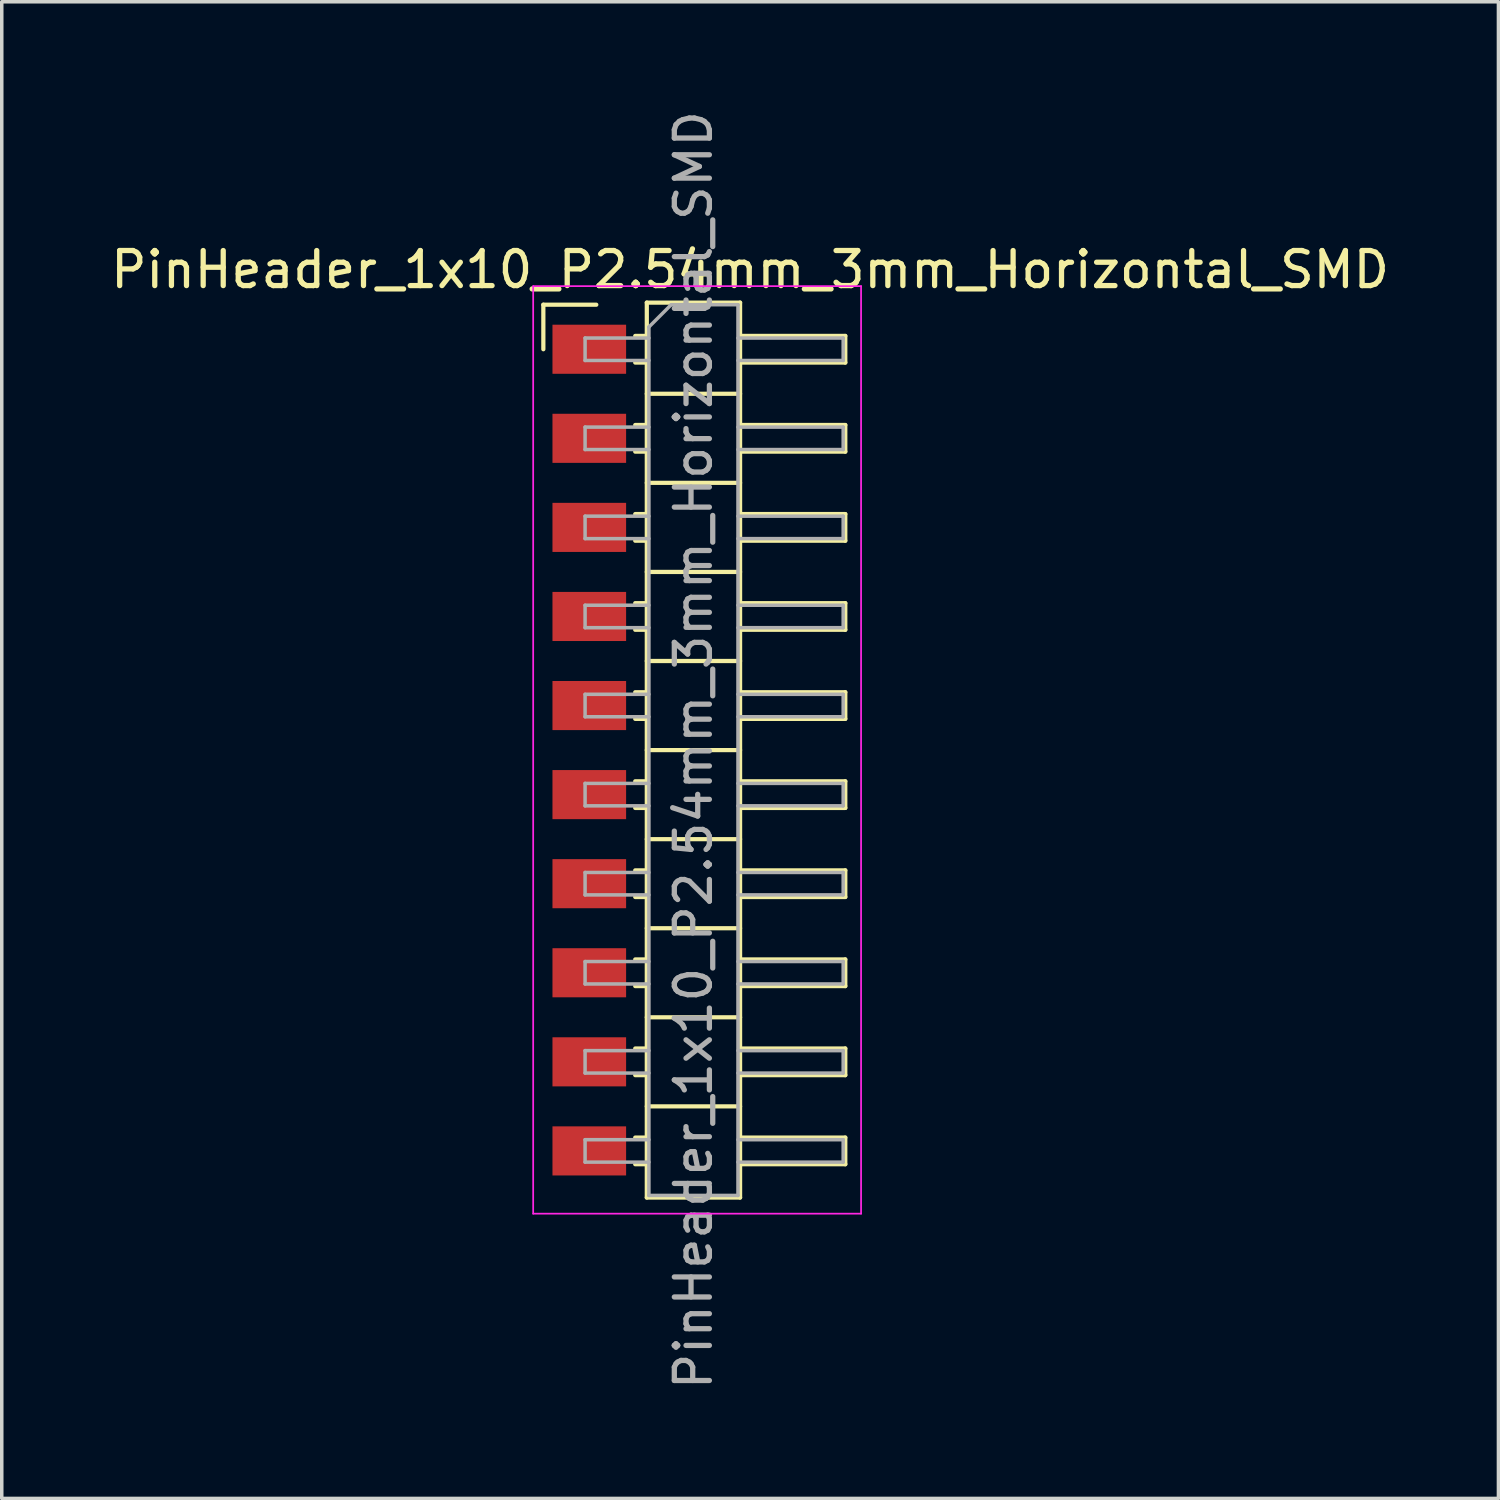
<source format=kicad_pcb>
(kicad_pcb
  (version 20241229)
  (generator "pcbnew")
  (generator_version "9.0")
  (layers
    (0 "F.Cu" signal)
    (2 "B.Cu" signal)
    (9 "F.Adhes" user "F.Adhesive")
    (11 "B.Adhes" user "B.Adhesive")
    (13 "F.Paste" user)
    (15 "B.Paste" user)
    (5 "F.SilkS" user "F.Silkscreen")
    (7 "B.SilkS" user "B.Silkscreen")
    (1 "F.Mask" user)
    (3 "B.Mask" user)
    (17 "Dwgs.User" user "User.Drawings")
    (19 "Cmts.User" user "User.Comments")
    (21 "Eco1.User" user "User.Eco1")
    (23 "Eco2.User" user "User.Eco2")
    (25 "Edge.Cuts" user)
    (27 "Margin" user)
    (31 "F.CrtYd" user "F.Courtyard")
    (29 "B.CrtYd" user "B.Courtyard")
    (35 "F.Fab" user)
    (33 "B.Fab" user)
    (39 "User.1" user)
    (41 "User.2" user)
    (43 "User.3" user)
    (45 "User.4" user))
  (footprint "PinHeader_1x10_P2.54mm_3mm_Horizontal_SMD"
    (layer "F.Cu")
    (at 13.954 6.909)
    (property "Reference" "PinHeader_1x10_P2.54mm_3mm_Horizontal_SMD" (at 4.385 -2.27 0) (layer "F.SilkS") (effects (font (size 1 1) (thickness 0.15))))
    (attr through_hole)
    (fp_line (start -1.51 -1.27) (end 0 -1.27) (stroke (width 0.12) (type solid)) (layer "F.SilkS"))
    (fp_line (start -1.51 0) (end -1.51 -1.27) (stroke (width 0.12) (type solid)) (layer "F.SilkS"))
    (fp_line (start 1.11 -0.38) (end 1.44 -0.38) (stroke (width 0.12) (type solid)) (layer "F.SilkS"))
    (fp_line (start 1.11 0.38) (end 1.44 0.38) (stroke (width 0.12) (type solid)) (layer "F.SilkS"))
    (fp_line (start 1.11 2.16) (end 1.44 2.16) (stroke (width 0.12) (type solid)) (layer "F.SilkS"))
    (fp_line (start 1.11 2.92) (end 1.44 2.92) (stroke (width 0.12) (type solid)) (layer "F.SilkS"))
    (fp_line (start 1.11 4.7) (end 1.44 4.7) (stroke (width 0.12) (type solid)) (layer "F.SilkS"))
    (fp_line (start 1.11 5.46) (end 1.44 5.46) (stroke (width 0.12) (type solid)) (layer "F.SilkS"))
    (fp_line (start 1.11 7.24) (end 1.44 7.24) (stroke (width 0.12) (type solid)) (layer "F.SilkS"))
    (fp_line (start 1.11 8) (end 1.44 8) (stroke (width 0.12) (type solid)) (layer "F.SilkS"))
    (fp_line (start 1.11 9.78) (end 1.44 9.78) (stroke (width 0.12) (type solid)) (layer "F.SilkS"))
    (fp_line (start 1.11 10.54) (end 1.44 10.54) (stroke (width 0.12) (type solid)) (layer "F.SilkS"))
    (fp_line (start 1.11 12.32) (end 1.44 12.32) (stroke (width 0.12) (type solid)) (layer "F.SilkS"))
    (fp_line (start 1.11 13.08) (end 1.44 13.08) (stroke (width 0.12) (type solid)) (layer "F.SilkS"))
    (fp_line (start 1.11 14.86) (end 1.44 14.86) (stroke (width 0.12) (type solid)) (layer "F.SilkS"))
    (fp_line (start 1.11 15.62) (end 1.44 15.62) (stroke (width 0.12) (type solid)) (layer "F.SilkS"))
    (fp_line (start 1.11 17.4) (end 1.44 17.4) (stroke (width 0.12) (type solid)) (layer "F.SilkS"))
    (fp_line (start 1.11 18.16) (end 1.44 18.16) (stroke (width 0.12) (type solid)) (layer "F.SilkS"))
    (fp_line (start 1.11 19.94) (end 1.44 19.94) (stroke (width 0.12) (type solid)) (layer "F.SilkS"))
    (fp_line (start 1.11 20.7) (end 1.44 20.7) (stroke (width 0.12) (type solid)) (layer "F.SilkS"))
    (fp_line (start 1.11 22.48) (end 1.44 22.48) (stroke (width 0.12) (type solid)) (layer "F.SilkS"))
    (fp_line (start 1.11 23.24) (end 1.44 23.24) (stroke (width 0.12) (type solid)) (layer "F.SilkS"))
    (fp_line (start 1.44 -1.33) (end 1.44 24.19) (stroke (width 0.12) (type solid)) (layer "F.SilkS"))
    (fp_line (start 1.44 1.27) (end 4.1 1.27) (stroke (width 0.12) (type solid)) (layer "F.SilkS"))
    (fp_line (start 1.44 3.81) (end 4.1 3.81) (stroke (width 0.12) (type solid)) (layer "F.SilkS"))
    (fp_line (start 1.44 6.35) (end 4.1 6.35) (stroke (width 0.12) (type solid)) (layer "F.SilkS"))
    (fp_line (start 1.44 8.89) (end 4.1 8.89) (stroke (width 0.12) (type solid)) (layer "F.SilkS"))
    (fp_line (start 1.44 11.43) (end 4.1 11.43) (stroke (width 0.12) (type solid)) (layer "F.SilkS"))
    (fp_line (start 1.44 13.97) (end 4.1 13.97) (stroke (width 0.12) (type solid)) (layer "F.SilkS"))
    (fp_line (start 1.44 16.51) (end 4.1 16.51) (stroke (width 0.12) (type solid)) (layer "F.SilkS"))
    (fp_line (start 1.44 19.05) (end 4.1 19.05) (stroke (width 0.12) (type solid)) (layer "F.SilkS"))
    (fp_line (start 1.44 21.59) (end 4.1 21.59) (stroke (width 0.12) (type solid)) (layer "F.SilkS"))
    (fp_line (start 1.44 24.19) (end 4.1 24.19) (stroke (width 0.12) (type solid)) (layer "F.SilkS"))
    (fp_line (start 4.1 -1.33) (end 1.44 -1.33) (stroke (width 0.12) (type solid)) (layer "F.SilkS"))
    (fp_line (start 4.1 -0.38) (end 7.1 -0.38) (stroke (width 0.12) (type solid)) (layer "F.SilkS"))
    (fp_line (start 4.1 2.16) (end 7.1 2.16) (stroke (width 0.12) (type solid)) (layer "F.SilkS"))
    (fp_line (start 4.1 4.7) (end 7.1 4.7) (stroke (width 0.12) (type solid)) (layer "F.SilkS"))
    (fp_line (start 4.1 7.24) (end 7.1 7.24) (stroke (width 0.12) (type solid)) (layer "F.SilkS"))
    (fp_line (start 4.1 9.78) (end 7.1 9.78) (stroke (width 0.12) (type solid)) (layer "F.SilkS"))
    (fp_line (start 4.1 12.32) (end 7.1 12.32) (stroke (width 0.12) (type solid)) (layer "F.SilkS"))
    (fp_line (start 4.1 14.86) (end 7.1 14.86) (stroke (width 0.12) (type solid)) (layer "F.SilkS"))
    (fp_line (start 4.1 17.4) (end 7.1 17.4) (stroke (width 0.12) (type solid)) (layer "F.SilkS"))
    (fp_line (start 4.1 19.94) (end 7.1 19.94) (stroke (width 0.12) (type solid)) (layer "F.SilkS"))
    (fp_line (start 4.1 22.48) (end 7.1 22.48) (stroke (width 0.12) (type solid)) (layer "F.SilkS"))
    (fp_line (start 4.1 24.19) (end 4.1 -1.33) (stroke (width 0.12) (type solid)) (layer "F.SilkS"))
    (fp_line (start 7.1 -0.38) (end 7.1 0.38) (stroke (width 0.12) (type solid)) (layer "F.SilkS"))
    (fp_line (start 7.1 0.38) (end 4.1 0.38) (stroke (width 0.12) (type solid)) (layer "F.SilkS"))
    (fp_line (start 7.1 2.16) (end 7.1 2.92) (stroke (width 0.12) (type solid)) (layer "F.SilkS"))
    (fp_line (start 7.1 2.92) (end 4.1 2.92) (stroke (width 0.12) (type solid)) (layer "F.SilkS"))
    (fp_line (start 7.1 4.7) (end 7.1 5.46) (stroke (width 0.12) (type solid)) (layer "F.SilkS"))
    (fp_line (start 7.1 5.46) (end 4.1 5.46) (stroke (width 0.12) (type solid)) (layer "F.SilkS"))
    (fp_line (start 7.1 7.24) (end 7.1 8) (stroke (width 0.12) (type solid)) (layer "F.SilkS"))
    (fp_line (start 7.1 8) (end 4.1 8) (stroke (width 0.12) (type solid)) (layer "F.SilkS"))
    (fp_line (start 7.1 9.78) (end 7.1 10.54) (stroke (width 0.12) (type solid)) (layer "F.SilkS"))
    (fp_line (start 7.1 10.54) (end 4.1 10.54) (stroke (width 0.12) (type solid)) (layer "F.SilkS"))
    (fp_line (start 7.1 12.32) (end 7.1 13.08) (stroke (width 0.12) (type solid)) (layer "F.SilkS"))
    (fp_line (start 7.1 13.08) (end 4.1 13.08) (stroke (width 0.12) (type solid)) (layer "F.SilkS"))
    (fp_line (start 7.1 14.86) (end 7.1 15.62) (stroke (width 0.12) (type solid)) (layer "F.SilkS"))
    (fp_line (start 7.1 15.62) (end 4.1 15.62) (stroke (width 0.12) (type solid)) (layer "F.SilkS"))
    (fp_line (start 7.1 17.4) (end 7.1 18.16) (stroke (width 0.12) (type solid)) (layer "F.SilkS"))
    (fp_line (start 7.1 18.16) (end 4.1 18.16) (stroke (width 0.12) (type solid)) (layer "F.SilkS"))
    (fp_line (start 7.1 19.94) (end 7.1 20.7) (stroke (width 0.12) (type solid)) (layer "F.SilkS"))
    (fp_line (start 7.1 20.7) (end 4.1 20.7) (stroke (width 0.12) (type solid)) (layer "F.SilkS"))
    (fp_line (start 7.1 22.48) (end 7.1 23.24) (stroke (width 0.12) (type solid)) (layer "F.SilkS"))
    (fp_line (start 7.1 23.24) (end 4.1 23.24) (stroke (width 0.12) (type solid)) (layer "F.SilkS"))
    (fp_line (start -1.8 -1.8) (end -1.8 24.65) (stroke (width 0.05) (type solid)) (layer "F.CrtYd"))
    (fp_line (start -1.8 24.65) (end 7.55 24.65) (stroke (width 0.05) (type solid)) (layer "F.CrtYd"))
    (fp_line (start 7.55 -1.8) (end -1.8 -1.8) (stroke (width 0.05) (type solid)) (layer "F.CrtYd"))
    (fp_line (start 7.55 24.65) (end 7.55 -1.8) (stroke (width 0.05) (type solid)) (layer "F.CrtYd"))
    (fp_line (start -0.32 -0.32) (end -0.32 0.32) (stroke (width 0.1) (type solid)) (layer "F.Fab"))
    (fp_line (start -0.32 -0.32) (end 1.5 -0.32) (stroke (width 0.1) (type solid)) (layer "F.Fab"))
    (fp_line (start -0.32 0.32) (end 1.5 0.32) (stroke (width 0.1) (type solid)) (layer "F.Fab"))
    (fp_line (start -0.32 2.22) (end -0.32 2.86) (stroke (width 0.1) (type solid)) (layer "F.Fab"))
    (fp_line (start -0.32 2.22) (end 1.5 2.22) (stroke (width 0.1) (type solid)) (layer "F.Fab"))
    (fp_line (start -0.32 2.86) (end 1.5 2.86) (stroke (width 0.1) (type solid)) (layer "F.Fab"))
    (fp_line (start -0.32 4.76) (end -0.32 5.4) (stroke (width 0.1) (type solid)) (layer "F.Fab"))
    (fp_line (start -0.32 4.76) (end 1.5 4.76) (stroke (width 0.1) (type solid)) (layer "F.Fab"))
    (fp_line (start -0.32 5.4) (end 1.5 5.4) (stroke (width 0.1) (type solid)) (layer "F.Fab"))
    (fp_line (start -0.32 7.3) (end -0.32 7.94) (stroke (width 0.1) (type solid)) (layer "F.Fab"))
    (fp_line (start -0.32 7.3) (end 1.5 7.3) (stroke (width 0.1) (type solid)) (layer "F.Fab"))
    (fp_line (start -0.32 7.94) (end 1.5 7.94) (stroke (width 0.1) (type solid)) (layer "F.Fab"))
    (fp_line (start -0.32 9.84) (end -0.32 10.48) (stroke (width 0.1) (type solid)) (layer "F.Fab"))
    (fp_line (start -0.32 9.84) (end 1.5 9.84) (stroke (width 0.1) (type solid)) (layer "F.Fab"))
    (fp_line (start -0.32 10.48) (end 1.5 10.48) (stroke (width 0.1) (type solid)) (layer "F.Fab"))
    (fp_line (start -0.32 12.38) (end -0.32 13.02) (stroke (width 0.1) (type solid)) (layer "F.Fab"))
    (fp_line (start -0.32 12.38) (end 1.5 12.38) (stroke (width 0.1) (type solid)) (layer "F.Fab"))
    (fp_line (start -0.32 13.02) (end 1.5 13.02) (stroke (width 0.1) (type solid)) (layer "F.Fab"))
    (fp_line (start -0.32 14.92) (end -0.32 15.56) (stroke (width 0.1) (type solid)) (layer "F.Fab"))
    (fp_line (start -0.32 14.92) (end 1.5 14.92) (stroke (width 0.1) (type solid)) (layer "F.Fab"))
    (fp_line (start -0.32 15.56) (end 1.5 15.56) (stroke (width 0.1) (type solid)) (layer "F.Fab"))
    (fp_line (start -0.32 17.46) (end -0.32 18.1) (stroke (width 0.1) (type solid)) (layer "F.Fab"))
    (fp_line (start -0.32 17.46) (end 1.5 17.46) (stroke (width 0.1) (type solid)) (layer "F.Fab"))
    (fp_line (start -0.32 18.1) (end 1.5 18.1) (stroke (width 0.1) (type solid)) (layer "F.Fab"))
    (fp_line (start -0.32 20) (end -0.32 20.64) (stroke (width 0.1) (type solid)) (layer "F.Fab"))
    (fp_line (start -0.32 20) (end 1.5 20) (stroke (width 0.1) (type solid)) (layer "F.Fab"))
    (fp_line (start -0.32 20.64) (end 1.5 20.64) (stroke (width 0.1) (type solid)) (layer "F.Fab"))
    (fp_line (start -0.32 22.54) (end -0.32 23.18) (stroke (width 0.1) (type solid)) (layer "F.Fab"))
    (fp_line (start -0.32 22.54) (end 1.5 22.54) (stroke (width 0.1) (type solid)) (layer "F.Fab"))
    (fp_line (start -0.32 23.18) (end 1.5 23.18) (stroke (width 0.1) (type solid)) (layer "F.Fab"))
    (fp_line (start 1.5 -0.635) (end 2.135 -1.27) (stroke (width 0.1) (type solid)) (layer "F.Fab"))
    (fp_line (start 1.5 24.13) (end 1.5 -0.635) (stroke (width 0.1) (type solid)) (layer "F.Fab"))
    (fp_line (start 2.135 -1.27) (end 4.04 -1.27) (stroke (width 0.1) (type solid)) (layer "F.Fab"))
    (fp_line (start 4.04 -1.27) (end 4.04 24.13) (stroke (width 0.1) (type solid)) (layer "F.Fab"))
    (fp_line (start 4.04 -0.32) (end 7.04 -0.32) (stroke (width 0.1) (type solid)) (layer "F.Fab"))
    (fp_line (start 4.04 0.32) (end 7.04 0.32) (stroke (width 0.1) (type solid)) (layer "F.Fab"))
    (fp_line (start 4.04 2.22) (end 7.04 2.22) (stroke (width 0.1) (type solid)) (layer "F.Fab"))
    (fp_line (start 4.04 2.86) (end 7.04 2.86) (stroke (width 0.1) (type solid)) (layer "F.Fab"))
    (fp_line (start 4.04 4.76) (end 7.04 4.76) (stroke (width 0.1) (type solid)) (layer "F.Fab"))
    (fp_line (start 4.04 5.4) (end 7.04 5.4) (stroke (width 0.1) (type solid)) (layer "F.Fab"))
    (fp_line (start 4.04 7.3) (end 7.04 7.3) (stroke (width 0.1) (type solid)) (layer "F.Fab"))
    (fp_line (start 4.04 7.94) (end 7.04 7.94) (stroke (width 0.1) (type solid)) (layer "F.Fab"))
    (fp_line (start 4.04 9.84) (end 7.04 9.84) (stroke (width 0.1) (type solid)) (layer "F.Fab"))
    (fp_line (start 4.04 10.48) (end 7.04 10.48) (stroke (width 0.1) (type solid)) (layer "F.Fab"))
    (fp_line (start 4.04 12.38) (end 7.04 12.38) (stroke (width 0.1) (type solid)) (layer "F.Fab"))
    (fp_line (start 4.04 13.02) (end 7.04 13.02) (stroke (width 0.1) (type solid)) (layer "F.Fab"))
    (fp_line (start 4.04 14.92) (end 7.04 14.92) (stroke (width 0.1) (type solid)) (layer "F.Fab"))
    (fp_line (start 4.04 15.56) (end 7.04 15.56) (stroke (width 0.1) (type solid)) (layer "F.Fab"))
    (fp_line (start 4.04 17.46) (end 7.04 17.46) (stroke (width 0.1) (type solid)) (layer "F.Fab"))
    (fp_line (start 4.04 18.1) (end 7.04 18.1) (stroke (width 0.1) (type solid)) (layer "F.Fab"))
    (fp_line (start 4.04 20) (end 7.04 20) (stroke (width 0.1) (type solid)) (layer "F.Fab"))
    (fp_line (start 4.04 20.64) (end 7.04 20.64) (stroke (width 0.1) (type solid)) (layer "F.Fab"))
    (fp_line (start 4.04 22.54) (end 7.04 22.54) (stroke (width 0.1) (type solid)) (layer "F.Fab"))
    (fp_line (start 4.04 23.18) (end 7.04 23.18) (stroke (width 0.1) (type solid)) (layer "F.Fab"))
    (fp_line (start 4.04 24.13) (end 1.5 24.13) (stroke (width 0.1) (type solid)) (layer "F.Fab"))
    (fp_line (start 7.04 -0.32) (end 7.04 0.32) (stroke (width 0.1) (type solid)) (layer "F.Fab"))
    (fp_line (start 7.04 2.22) (end 7.04 2.86) (stroke (width 0.1) (type solid)) (layer "F.Fab"))
    (fp_line (start 7.04 4.76) (end 7.04 5.4) (stroke (width 0.1) (type solid)) (layer "F.Fab"))
    (fp_line (start 7.04 7.3) (end 7.04 7.94) (stroke (width 0.1) (type solid)) (layer "F.Fab"))
    (fp_line (start 7.04 9.84) (end 7.04 10.48) (stroke (width 0.1) (type solid)) (layer "F.Fab"))
    (fp_line (start 7.04 12.38) (end 7.04 13.02) (stroke (width 0.1) (type solid)) (layer "F.Fab"))
    (fp_line (start 7.04 14.92) (end 7.04 15.56) (stroke (width 0.1) (type solid)) (layer "F.Fab"))
    (fp_line (start 7.04 17.46) (end 7.04 18.1) (stroke (width 0.1) (type solid)) (layer "F.Fab"))
    (fp_line (start 7.04 20) (end 7.04 20.64) (stroke (width 0.1) (type solid)) (layer "F.Fab"))
    (fp_line (start 7.04 22.54) (end 7.04 23.18) (stroke (width 0.1) (type solid)) (layer "F.Fab"))
    (fp_text user "${REFERENCE}" (at 2.77 11.43 90) (layer "F.Fab") (effects (font (size 1 1) (thickness 0.15))))
    (pad "1" smd rect (at -0.2 0) (size 2.1 1.4) (layers "F.Cu" "F.Mask" "F.Paste"))
    (pad "2" smd rect (at -0.2 2.54) (size 2.1 1.4) (layers "F.Cu" "F.Mask" "F.Paste"))
    (pad "3" smd rect (at -0.2 5.08) (size 2.1 1.4) (layers "F.Cu" "F.Mask" "F.Paste"))
    (pad "4" smd rect (at -0.2 7.62) (size 2.1 1.4) (layers "F.Cu" "F.Mask" "F.Paste"))
    (pad "5" smd rect (at -0.2 10.16) (size 2.1 1.4) (layers "F.Cu" "F.Mask" "F.Paste"))
    (pad "6" smd rect (at -0.2 12.7) (size 2.1 1.4) (layers "F.Cu" "F.Mask" "F.Paste"))
    (pad "7" smd rect (at -0.2 15.24) (size 2.1 1.4) (layers "F.Cu" "F.Mask" "F.Paste"))
    (pad "8" smd rect (at -0.2 17.78) (size 2.1 1.4) (layers "F.Cu" "F.Mask" "F.Paste"))
    (pad "9" smd rect (at -0.2 20.32) (size 2.1 1.4) (layers "F.Cu" "F.Mask" "F.Paste"))
    (pad "10" smd rect (at -0.2 22.86) (size 2.1 1.4) (layers "F.Cu" "F.Mask" "F.Paste")))
  (gr_rect
    (start -3 -3)
    (end 39.679 39.679)
    (stroke (width 0.1) (type default))
    (fill no)
    (layer "Edge.Cuts")))
</source>
